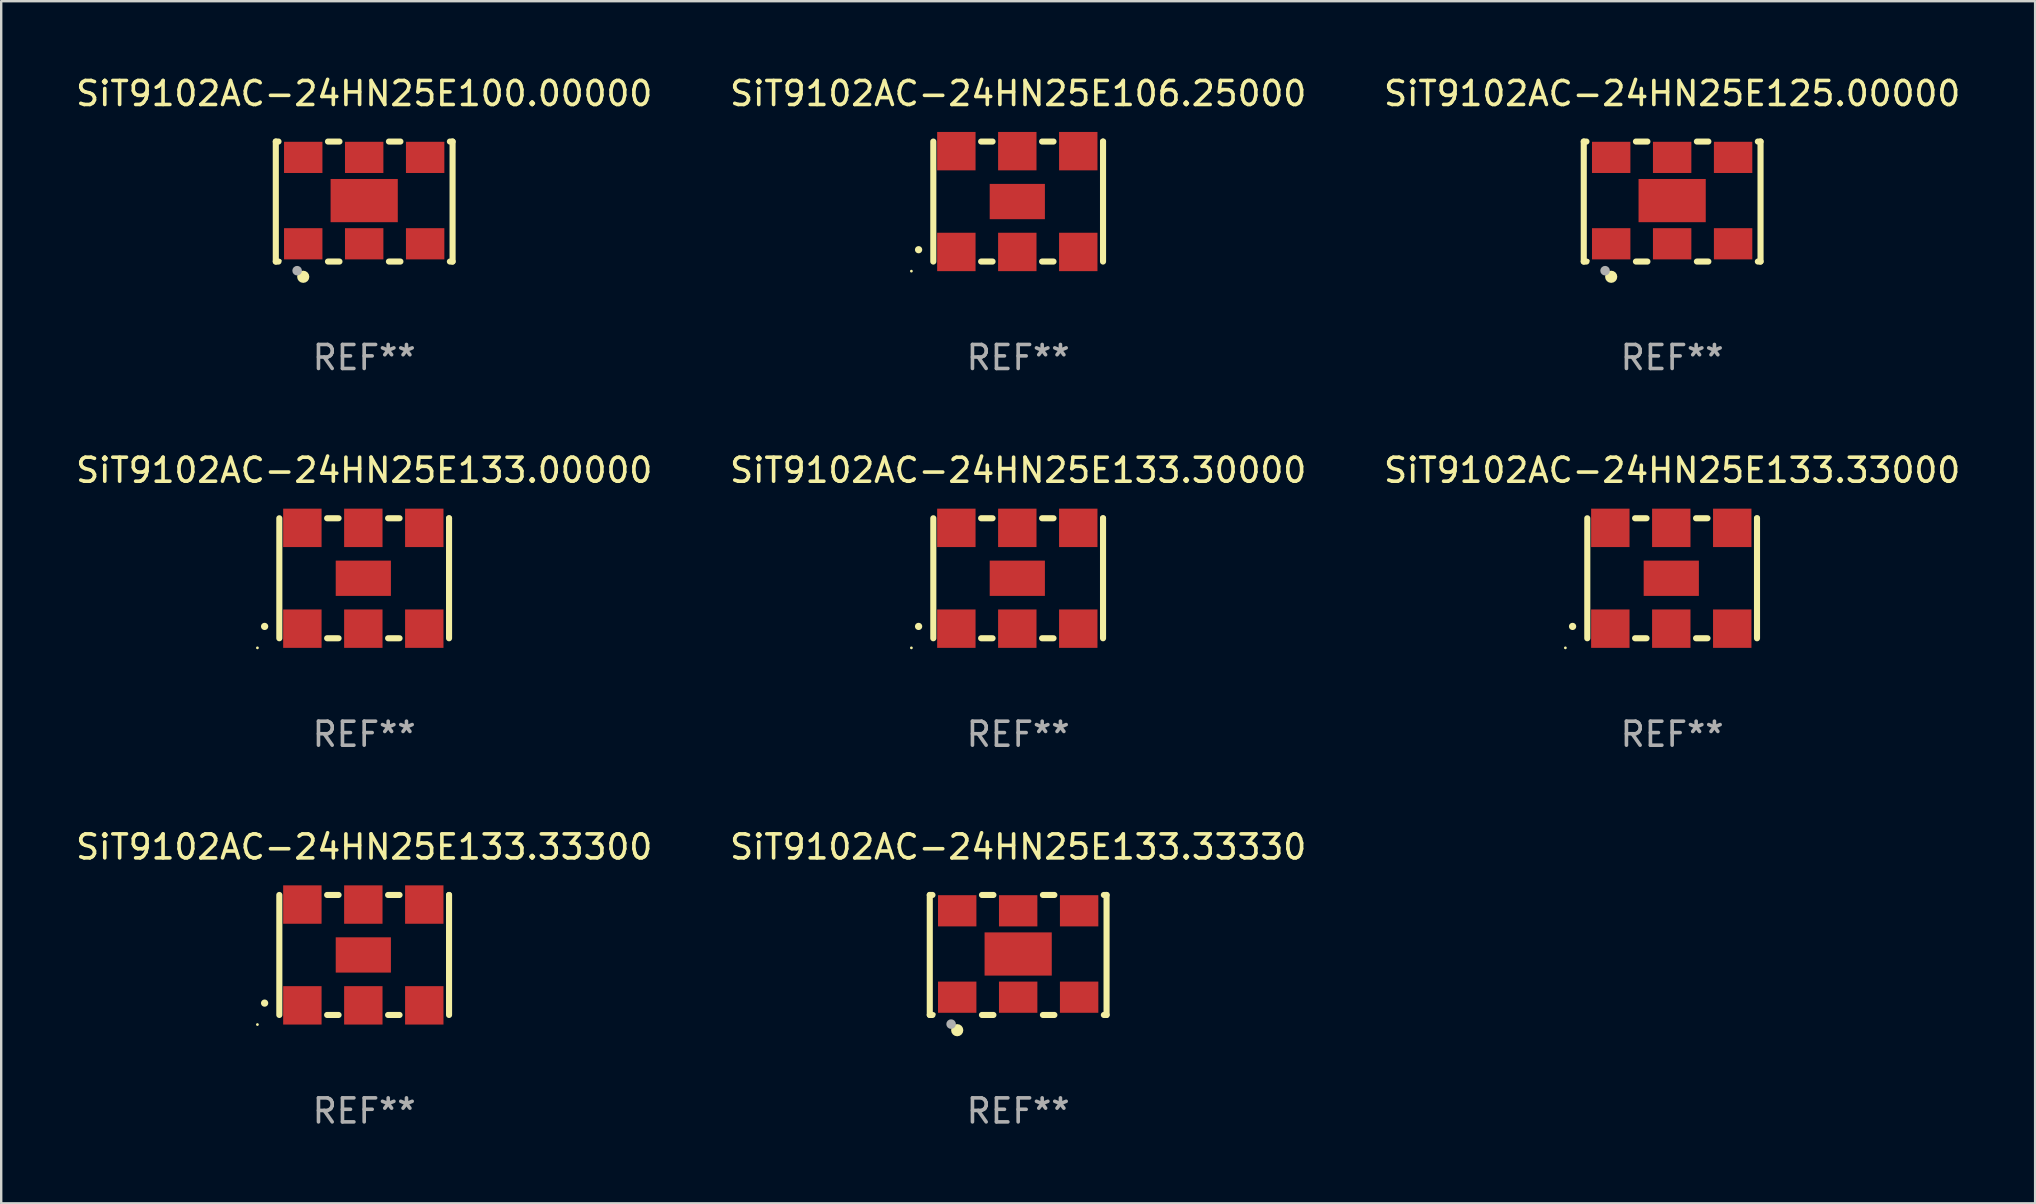
<source format=kicad_pcb>
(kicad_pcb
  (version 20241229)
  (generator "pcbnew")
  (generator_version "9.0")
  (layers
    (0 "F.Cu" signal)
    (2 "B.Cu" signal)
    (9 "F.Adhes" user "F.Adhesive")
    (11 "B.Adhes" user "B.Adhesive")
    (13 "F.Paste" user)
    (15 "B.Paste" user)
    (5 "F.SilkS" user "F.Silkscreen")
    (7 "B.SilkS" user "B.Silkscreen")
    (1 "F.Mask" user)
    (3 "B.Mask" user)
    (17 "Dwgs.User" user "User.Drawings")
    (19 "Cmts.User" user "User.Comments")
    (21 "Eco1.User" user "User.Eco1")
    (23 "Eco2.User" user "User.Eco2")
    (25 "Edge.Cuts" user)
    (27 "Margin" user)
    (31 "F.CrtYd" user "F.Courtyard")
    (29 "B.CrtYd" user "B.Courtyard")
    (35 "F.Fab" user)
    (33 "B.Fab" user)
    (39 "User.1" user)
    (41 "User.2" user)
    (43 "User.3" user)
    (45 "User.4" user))
  (footprint "SiT9102AC-24HN25E125.00000"
    (layer "F.Cu")
    (at 66.625 5.348)
    (property "Reference" "SiT9102AC-24HN25E125.00000" (at 0 -4.5 0) (layer "F.SilkS") (effects (font (size 1 1) (thickness 0.15))))
    (attr through_hole)
    (fp_line (start -3.683 -2.5) (end -3.571 -2.5) (stroke (width 0.254) (type solid)) (layer "F.SilkS"))
    (fp_line (start -3.683 2.5) (end -3.683 -2.5) (stroke (width 0.254) (type solid)) (layer "F.SilkS"))
    (fp_line (start -3.683 2.5) (end -3.571 2.5) (stroke (width 0.254) (type solid)) (layer "F.SilkS"))
    (fp_line (start -1.509 -2.5) (end -1.031 -2.5) (stroke (width 0.254) (type solid)) (layer "F.SilkS"))
    (fp_line (start -1.509 2.5) (end -1.031 2.5) (stroke (width 0.254) (type solid)) (layer "F.SilkS"))
    (fp_line (start 1.031 -2.5) (end 1.509 -2.5) (stroke (width 0.254) (type solid)) (layer "F.SilkS"))
    (fp_line (start 1.031 2.5) (end 1.509 2.5) (stroke (width 0.254) (type solid)) (layer "F.SilkS"))
    (fp_line (start 3.571 -2.5) (end 3.683 -2.5) (stroke (width 0.254) (type solid)) (layer "F.SilkS"))
    (fp_line (start 3.571 2.5) (end 3.683 2.5) (stroke (width 0.254) (type solid)) (layer "F.SilkS"))
    (fp_line (start 3.683 2.5) (end 3.683 -2.5) (stroke (width 0.254) (type solid)) (layer "F.SilkS"))
    (fp_circle (center -3.5 2.46) (end -3.47 2.46) (stroke (width 0.06) (type solid)) (fill no) (layer "F.SilkS"))
    (fp_circle (center -2.54 3.135) (end -2.413 3.135) (stroke (width 0.254) (type solid)) (fill no) (layer "F.SilkS"))
    (fp_circle (center -2.794 2.881) (end -2.694 2.881) (stroke (width 0.2) (type solid)) (fill no) (layer "F.Fab"))
    (fp_text user "REF**" (at 0 6.5 0) (layer "F.Fab") (effects (font (size 1 1) (thickness 0.15))))
    (pad "1" smd rect (at -2.54 1.76) (size 1.6 1.3) (layers "F.Cu" "F.Mask" "F.Paste"))
    (pad "2" smd rect (at 0 1.76) (size 1.6 1.3) (layers "F.Cu" "F.Mask" "F.Paste"))
    (pad "3" smd rect (at 2.54 1.76) (size 1.6 1.3) (layers "F.Cu" "F.Mask" "F.Paste"))
    (pad "4" smd rect (at 2.54 -1.84) (size 1.6 1.3) (layers "F.Cu" "F.Mask" "F.Paste"))
    (pad "5" smd rect (at 0 -1.84) (size 1.6 1.3) (layers "F.Cu" "F.Mask" "F.Paste"))
    (pad "6" smd rect (at -2.54 -1.84) (size 1.6 1.3) (layers "F.Cu" "F.Mask" "F.Paste"))
    (pad "7" smd rect (at 0 -0.04) (size 2.8 1.8) (layers "F.Cu" "F.Mask" "F.Paste")))
  (footprint "SiT9102AC-24HN25E133.33300"
    (layer "F.Cu")
    (at 12.125 36.741)
    (property "Reference" "SiT9102AC-24HN25E133.33300" (at 0 -4.5 0) (layer "F.SilkS") (effects (font (size 1 1) (thickness 0.15))))
    (attr through_hole)
    (fp_line (start -3.536 -2.5) (end -3.536 2.5) (stroke (width 0.254) (type solid)) (layer "F.SilkS"))
    (fp_line (start -1.544 2.5) (end -1.067 2.5) (stroke (width 0.254) (type solid)) (layer "F.SilkS"))
    (fp_line (start -1.067 -2.5) (end -1.544 -2.5) (stroke (width 0.254) (type solid)) (layer "F.SilkS"))
    (fp_line (start 0.996 2.5) (end 1.473 2.5) (stroke (width 0.254) (type solid)) (layer "F.SilkS"))
    (fp_line (start 1.473 -2.5) (end 0.996 -2.5) (stroke (width 0.254) (type solid)) (layer "F.SilkS"))
    (fp_line (start 3.536 -2.5) (end 3.536 -2.5) (stroke (width 0.254) (type solid)) (layer "F.SilkS"))
    (fp_line (start 3.536 2.5) (end 3.536 -2.5) (stroke (width 0.254) (type solid)) (layer "F.SilkS"))
    (fp_arc (start -4.150432 2.006604) (mid -4.149162 2.006599) (end -4.147892 2.006604) (stroke (width 0.3) (type solid)) (layer "F.SilkS"))
    (fp_circle (center -4.449 2.9) (end -4.419 2.9) (stroke (width 0.06) (type solid)) (fill no) (layer "F.SilkS"))
    (fp_text user "REF**" (at 0 6.5 0) (layer "F.Fab") (effects (font (size 1 1) (thickness 0.15))))
    (pad "1" smd rect (at -2.576 2.1) (size 1.6 1.6) (layers "F.Cu" "F.Mask" "F.Paste"))
    (pad "2" smd rect (at -0.036 2.1) (size 1.6 1.6) (layers "F.Cu" "F.Mask" "F.Paste"))
    (pad "3" smd rect (at 2.504 2.1) (size 1.6 1.6) (layers "F.Cu" "F.Mask" "F.Paste"))
    (pad "4" smd rect (at 2.504 -2.1) (size 1.6 1.6) (layers "F.Cu" "F.Mask" "F.Paste"))
    (pad "5" smd rect (at -0.036 -2.1) (size 1.6 1.6) (layers "F.Cu" "F.Mask" "F.Paste"))
    (pad "6" smd rect (at -2.576 -2.1) (size 1.6 1.6) (layers "F.Cu" "F.Mask" "F.Paste"))
    (pad "7" smd rect (at -0.036 0) (size 2.3 1.47) (layers "F.Cu" "F.Mask" "F.Paste")))
  (footprint "SiT9102AC-24HN25E100.00000"
    (layer "F.Cu")
    (at 12.125 5.348)
    (property "Reference" "SiT9102AC-24HN25E100.00000" (at 0 -4.5 0) (layer "F.SilkS") (effects (font (size 1 1) (thickness 0.15))))
    (attr through_hole)
    (fp_line (start -3.683 -2.5) (end -3.571 -2.5) (stroke (width 0.254) (type solid)) (layer "F.SilkS"))
    (fp_line (start -3.683 2.5) (end -3.683 -2.5) (stroke (width 0.254) (type solid)) (layer "F.SilkS"))
    (fp_line (start -3.683 2.5) (end -3.571 2.5) (stroke (width 0.254) (type solid)) (layer "F.SilkS"))
    (fp_line (start -1.509 -2.5) (end -1.031 -2.5) (stroke (width 0.254) (type solid)) (layer "F.SilkS"))
    (fp_line (start -1.509 2.5) (end -1.031 2.5) (stroke (width 0.254) (type solid)) (layer "F.SilkS"))
    (fp_line (start 1.031 -2.5) (end 1.509 -2.5) (stroke (width 0.254) (type solid)) (layer "F.SilkS"))
    (fp_line (start 1.031 2.5) (end 1.509 2.5) (stroke (width 0.254) (type solid)) (layer "F.SilkS"))
    (fp_line (start 3.571 -2.5) (end 3.683 -2.5) (stroke (width 0.254) (type solid)) (layer "F.SilkS"))
    (fp_line (start 3.571 2.5) (end 3.683 2.5) (stroke (width 0.254) (type solid)) (layer "F.SilkS"))
    (fp_line (start 3.683 2.5) (end 3.683 -2.5) (stroke (width 0.254) (type solid)) (layer "F.SilkS"))
    (fp_circle (center -3.5 2.46) (end -3.47 2.46) (stroke (width 0.06) (type solid)) (fill no) (layer "F.SilkS"))
    (fp_circle (center -2.54 3.135) (end -2.413 3.135) (stroke (width 0.254) (type solid)) (fill no) (layer "F.SilkS"))
    (fp_circle (center -2.794 2.881) (end -2.694 2.881) (stroke (width 0.2) (type solid)) (fill no) (layer "F.Fab"))
    (fp_text user "REF**" (at 0 6.5 0) (layer "F.Fab") (effects (font (size 1 1) (thickness 0.15))))
    (pad "1" smd rect (at -2.54 1.76) (size 1.6 1.3) (layers "F.Cu" "F.Mask" "F.Paste"))
    (pad "2" smd rect (at 0 1.76) (size 1.6 1.3) (layers "F.Cu" "F.Mask" "F.Paste"))
    (pad "3" smd rect (at 2.54 1.76) (size 1.6 1.3) (layers "F.Cu" "F.Mask" "F.Paste"))
    (pad "4" smd rect (at 2.54 -1.84) (size 1.6 1.3) (layers "F.Cu" "F.Mask" "F.Paste"))
    (pad "5" smd rect (at 0 -1.84) (size 1.6 1.3) (layers "F.Cu" "F.Mask" "F.Paste"))
    (pad "6" smd rect (at -2.54 -1.84) (size 1.6 1.3) (layers "F.Cu" "F.Mask" "F.Paste"))
    (pad "7" smd rect (at 0 -0.04) (size 2.8 1.8) (layers "F.Cu" "F.Mask" "F.Paste")))
  (footprint "SiT9102AC-24HN25E133.33330"
    (layer "F.Cu")
    (at 39.375 36.741)
    (property "Reference" "SiT9102AC-24HN25E133.33330" (at 0 -4.5 0) (layer "F.SilkS") (effects (font (size 1 1) (thickness 0.15))))
    (attr through_hole)
    (fp_line (start -3.683 -2.5) (end -3.571 -2.5) (stroke (width 0.254) (type solid)) (layer "F.SilkS"))
    (fp_line (start -3.683 2.5) (end -3.683 -2.5) (stroke (width 0.254) (type solid)) (layer "F.SilkS"))
    (fp_line (start -3.683 2.5) (end -3.571 2.5) (stroke (width 0.254) (type solid)) (layer "F.SilkS"))
    (fp_line (start -1.509 -2.5) (end -1.031 -2.5) (stroke (width 0.254) (type solid)) (layer "F.SilkS"))
    (fp_line (start -1.509 2.5) (end -1.031 2.5) (stroke (width 0.254) (type solid)) (layer "F.SilkS"))
    (fp_line (start 1.031 -2.5) (end 1.509 -2.5) (stroke (width 0.254) (type solid)) (layer "F.SilkS"))
    (fp_line (start 1.031 2.5) (end 1.509 2.5) (stroke (width 0.254) (type solid)) (layer "F.SilkS"))
    (fp_line (start 3.571 -2.5) (end 3.683 -2.5) (stroke (width 0.254) (type solid)) (layer "F.SilkS"))
    (fp_line (start 3.571 2.5) (end 3.683 2.5) (stroke (width 0.254) (type solid)) (layer "F.SilkS"))
    (fp_line (start 3.683 2.5) (end 3.683 -2.5) (stroke (width 0.254) (type solid)) (layer "F.SilkS"))
    (fp_circle (center -3.5 2.46) (end -3.47 2.46) (stroke (width 0.06) (type solid)) (fill no) (layer "F.SilkS"))
    (fp_circle (center -2.54 3.135) (end -2.413 3.135) (stroke (width 0.254) (type solid)) (fill no) (layer "F.SilkS"))
    (fp_circle (center -2.794 2.881) (end -2.694 2.881) (stroke (width 0.2) (type solid)) (fill no) (layer "F.Fab"))
    (fp_text user "REF**" (at 0 6.5 0) (layer "F.Fab") (effects (font (size 1 1) (thickness 0.15))))
    (pad "1" smd rect (at -2.54 1.76) (size 1.6 1.3) (layers "F.Cu" "F.Mask" "F.Paste"))
    (pad "2" smd rect (at 0 1.76) (size 1.6 1.3) (layers "F.Cu" "F.Mask" "F.Paste"))
    (pad "3" smd rect (at 2.54 1.76) (size 1.6 1.3) (layers "F.Cu" "F.Mask" "F.Paste"))
    (pad "4" smd rect (at 2.54 -1.84) (size 1.6 1.3) (layers "F.Cu" "F.Mask" "F.Paste"))
    (pad "5" smd rect (at 0 -1.84) (size 1.6 1.3) (layers "F.Cu" "F.Mask" "F.Paste"))
    (pad "6" smd rect (at -2.54 -1.84) (size 1.6 1.3) (layers "F.Cu" "F.Mask" "F.Paste"))
    (pad "7" smd rect (at 0 -0.04) (size 2.8 1.8) (layers "F.Cu" "F.Mask" "F.Paste")))
  (footprint "SiT9102AC-24HN25E133.30000"
    (layer "F.Cu")
    (at 39.375 21.045)
    (property "Reference" "SiT9102AC-24HN25E133.30000" (at 0 -4.5 0) (layer "F.SilkS") (effects (font (size 1 1) (thickness 0.15))))
    (attr through_hole)
    (fp_line (start -3.536 -2.5) (end -3.536 2.5) (stroke (width 0.254) (type solid)) (layer "F.SilkS"))
    (fp_line (start -1.544 2.5) (end -1.067 2.5) (stroke (width 0.254) (type solid)) (layer "F.SilkS"))
    (fp_line (start -1.067 -2.5) (end -1.544 -2.5) (stroke (width 0.254) (type solid)) (layer "F.SilkS"))
    (fp_line (start 0.996 2.5) (end 1.473 2.5) (stroke (width 0.254) (type solid)) (layer "F.SilkS"))
    (fp_line (start 1.473 -2.5) (end 0.996 -2.5) (stroke (width 0.254) (type solid)) (layer "F.SilkS"))
    (fp_line (start 3.536 -2.5) (end 3.536 -2.5) (stroke (width 0.254) (type solid)) (layer "F.SilkS"))
    (fp_line (start 3.536 2.5) (end 3.536 -2.5) (stroke (width 0.254) (type solid)) (layer "F.SilkS"))
    (fp_arc (start -4.150432 2.006604) (mid -4.149162 2.006599) (end -4.147892 2.006604) (stroke (width 0.3) (type solid)) (layer "F.SilkS"))
    (fp_circle (center -4.449 2.9) (end -4.419 2.9) (stroke (width 0.06) (type solid)) (fill no) (layer "F.SilkS"))
    (fp_text user "REF**" (at 0 6.5 0) (layer "F.Fab") (effects (font (size 1 1) (thickness 0.15))))
    (pad "1" smd rect (at -2.576 2.1) (size 1.6 1.6) (layers "F.Cu" "F.Mask" "F.Paste"))
    (pad "2" smd rect (at -0.036 2.1) (size 1.6 1.6) (layers "F.Cu" "F.Mask" "F.Paste"))
    (pad "3" smd rect (at 2.504 2.1) (size 1.6 1.6) (layers "F.Cu" "F.Mask" "F.Paste"))
    (pad "4" smd rect (at 2.504 -2.1) (size 1.6 1.6) (layers "F.Cu" "F.Mask" "F.Paste"))
    (pad "5" smd rect (at -0.036 -2.1) (size 1.6 1.6) (layers "F.Cu" "F.Mask" "F.Paste"))
    (pad "6" smd rect (at -2.576 -2.1) (size 1.6 1.6) (layers "F.Cu" "F.Mask" "F.Paste"))
    (pad "7" smd rect (at -0.036 0) (size 2.3 1.47) (layers "F.Cu" "F.Mask" "F.Paste")))
  (footprint "SiT9102AC-24HN25E133.00000"
    (layer "F.Cu")
    (at 12.125 21.045)
    (property "Reference" "SiT9102AC-24HN25E133.00000" (at 0 -4.5 0) (layer "F.SilkS") (effects (font (size 1 1) (thickness 0.15))))
    (attr through_hole)
    (fp_line (start -3.536 -2.5) (end -3.536 2.5) (stroke (width 0.254) (type solid)) (layer "F.SilkS"))
    (fp_line (start -1.544 2.5) (end -1.067 2.5) (stroke (width 0.254) (type solid)) (layer "F.SilkS"))
    (fp_line (start -1.067 -2.5) (end -1.544 -2.5) (stroke (width 0.254) (type solid)) (layer "F.SilkS"))
    (fp_line (start 0.996 2.5) (end 1.473 2.5) (stroke (width 0.254) (type solid)) (layer "F.SilkS"))
    (fp_line (start 1.473 -2.5) (end 0.996 -2.5) (stroke (width 0.254) (type solid)) (layer "F.SilkS"))
    (fp_line (start 3.536 -2.5) (end 3.536 -2.5) (stroke (width 0.254) (type solid)) (layer "F.SilkS"))
    (fp_line (start 3.536 2.5) (end 3.536 -2.5) (stroke (width 0.254) (type solid)) (layer "F.SilkS"))
    (fp_arc (start -4.150432 2.006604) (mid -4.149162 2.006599) (end -4.147892 2.006604) (stroke (width 0.3) (type solid)) (layer "F.SilkS"))
    (fp_circle (center -4.449 2.9) (end -4.419 2.9) (stroke (width 0.06) (type solid)) (fill no) (layer "F.SilkS"))
    (fp_text user "REF**" (at 0 6.5 0) (layer "F.Fab") (effects (font (size 1 1) (thickness 0.15))))
    (pad "1" smd rect (at -2.576 2.1) (size 1.6 1.6) (layers "F.Cu" "F.Mask" "F.Paste"))
    (pad "2" smd rect (at -0.036 2.1) (size 1.6 1.6) (layers "F.Cu" "F.Mask" "F.Paste"))
    (pad "3" smd rect (at 2.504 2.1) (size 1.6 1.6) (layers "F.Cu" "F.Mask" "F.Paste"))
    (pad "4" smd rect (at 2.504 -2.1) (size 1.6 1.6) (layers "F.Cu" "F.Mask" "F.Paste"))
    (pad "5" smd rect (at -0.036 -2.1) (size 1.6 1.6) (layers "F.Cu" "F.Mask" "F.Paste"))
    (pad "6" smd rect (at -2.576 -2.1) (size 1.6 1.6) (layers "F.Cu" "F.Mask" "F.Paste"))
    (pad "7" smd rect (at -0.036 0) (size 2.3 1.47) (layers "F.Cu" "F.Mask" "F.Paste")))
  (footprint "SiT9102AC-24HN25E133.33000"
    (layer "F.Cu")
    (at 66.625 21.045)
    (property "Reference" "SiT9102AC-24HN25E133.33000" (at 0 -4.5 0) (layer "F.SilkS") (effects (font (size 1 1) (thickness 0.15))))
    (attr through_hole)
    (fp_line (start -3.536 -2.5) (end -3.536 2.5) (stroke (width 0.254) (type solid)) (layer "F.SilkS"))
    (fp_line (start -1.544 2.5) (end -1.067 2.5) (stroke (width 0.254) (type solid)) (layer "F.SilkS"))
    (fp_line (start -1.067 -2.5) (end -1.544 -2.5) (stroke (width 0.254) (type solid)) (layer "F.SilkS"))
    (fp_line (start 0.996 2.5) (end 1.473 2.5) (stroke (width 0.254) (type solid)) (layer "F.SilkS"))
    (fp_line (start 1.473 -2.5) (end 0.996 -2.5) (stroke (width 0.254) (type solid)) (layer "F.SilkS"))
    (fp_line (start 3.536 -2.5) (end 3.536 -2.5) (stroke (width 0.254) (type solid)) (layer "F.SilkS"))
    (fp_line (start 3.536 2.5) (end 3.536 -2.5) (stroke (width 0.254) (type solid)) (layer "F.SilkS"))
    (fp_arc (start -4.150432 2.006604) (mid -4.149162 2.006599) (end -4.147892 2.006604) (stroke (width 0.3) (type solid)) (layer "F.SilkS"))
    (fp_circle (center -4.449 2.9) (end -4.419 2.9) (stroke (width 0.06) (type solid)) (fill no) (layer "F.SilkS"))
    (fp_text user "REF**" (at 0 6.5 0) (layer "F.Fab") (effects (font (size 1 1) (thickness 0.15))))
    (pad "1" smd rect (at -2.576 2.1) (size 1.6 1.6) (layers "F.Cu" "F.Mask" "F.Paste"))
    (pad "2" smd rect (at -0.036 2.1) (size 1.6 1.6) (layers "F.Cu" "F.Mask" "F.Paste"))
    (pad "3" smd rect (at 2.504 2.1) (size 1.6 1.6) (layers "F.Cu" "F.Mask" "F.Paste"))
    (pad "4" smd rect (at 2.504 -2.1) (size 1.6 1.6) (layers "F.Cu" "F.Mask" "F.Paste"))
    (pad "5" smd rect (at -0.036 -2.1) (size 1.6 1.6) (layers "F.Cu" "F.Mask" "F.Paste"))
    (pad "6" smd rect (at -2.576 -2.1) (size 1.6 1.6) (layers "F.Cu" "F.Mask" "F.Paste"))
    (pad "7" smd rect (at -0.036 0) (size 2.3 1.47) (layers "F.Cu" "F.Mask" "F.Paste")))
  (footprint "SiT9102AC-24HN25E106.25000"
    (layer "F.Cu")
    (at 39.375 5.348)
    (property "Reference" "SiT9102AC-24HN25E106.25000" (at 0 -4.5 0) (layer "F.SilkS") (effects (font (size 1 1) (thickness 0.15))))
    (attr through_hole)
    (fp_line (start -3.536 -2.5) (end -3.536 2.5) (stroke (width 0.254) (type solid)) (layer "F.SilkS"))
    (fp_line (start -1.544 2.5) (end -1.067 2.5) (stroke (width 0.254) (type solid)) (layer "F.SilkS"))
    (fp_line (start -1.067 -2.5) (end -1.544 -2.5) (stroke (width 0.254) (type solid)) (layer "F.SilkS"))
    (fp_line (start 0.996 2.5) (end 1.473 2.5) (stroke (width 0.254) (type solid)) (layer "F.SilkS"))
    (fp_line (start 1.473 -2.5) (end 0.996 -2.5) (stroke (width 0.254) (type solid)) (layer "F.SilkS"))
    (fp_line (start 3.536 -2.5) (end 3.536 -2.5) (stroke (width 0.254) (type solid)) (layer "F.SilkS"))
    (fp_line (start 3.536 2.5) (end 3.536 -2.5) (stroke (width 0.254) (type solid)) (layer "F.SilkS"))
    (fp_arc (start -4.150432 2.006604) (mid -4.149162 2.006599) (end -4.147892 2.006604) (stroke (width 0.3) (type solid)) (layer "F.SilkS"))
    (fp_circle (center -4.449 2.9) (end -4.419 2.9) (stroke (width 0.06) (type solid)) (fill no) (layer "F.SilkS"))
    (fp_text user "REF**" (at 0 6.5 0) (layer "F.Fab") (effects (font (size 1 1) (thickness 0.15))))
    (pad "1" smd rect (at -2.576 2.1) (size 1.6 1.6) (layers "F.Cu" "F.Mask" "F.Paste"))
    (pad "2" smd rect (at -0.036 2.1) (size 1.6 1.6) (layers "F.Cu" "F.Mask" "F.Paste"))
    (pad "3" smd rect (at 2.504 2.1) (size 1.6 1.6) (layers "F.Cu" "F.Mask" "F.Paste"))
    (pad "4" smd rect (at 2.504 -2.1) (size 1.6 1.6) (layers "F.Cu" "F.Mask" "F.Paste"))
    (pad "5" smd rect (at -0.036 -2.1) (size 1.6 1.6) (layers "F.Cu" "F.Mask" "F.Paste"))
    (pad "6" smd rect (at -2.576 -2.1) (size 1.6 1.6) (layers "F.Cu" "F.Mask" "F.Paste"))
    (pad "7" smd rect (at -0.036 0) (size 2.3 1.47) (layers "F.Cu" "F.Mask" "F.Paste")))
  (gr_rect
    (start -3 -3)
    (end 81.75 47.09)
    (stroke (width 0.1) (type default))
    (fill no)
    (layer "Edge.Cuts")))
</source>
